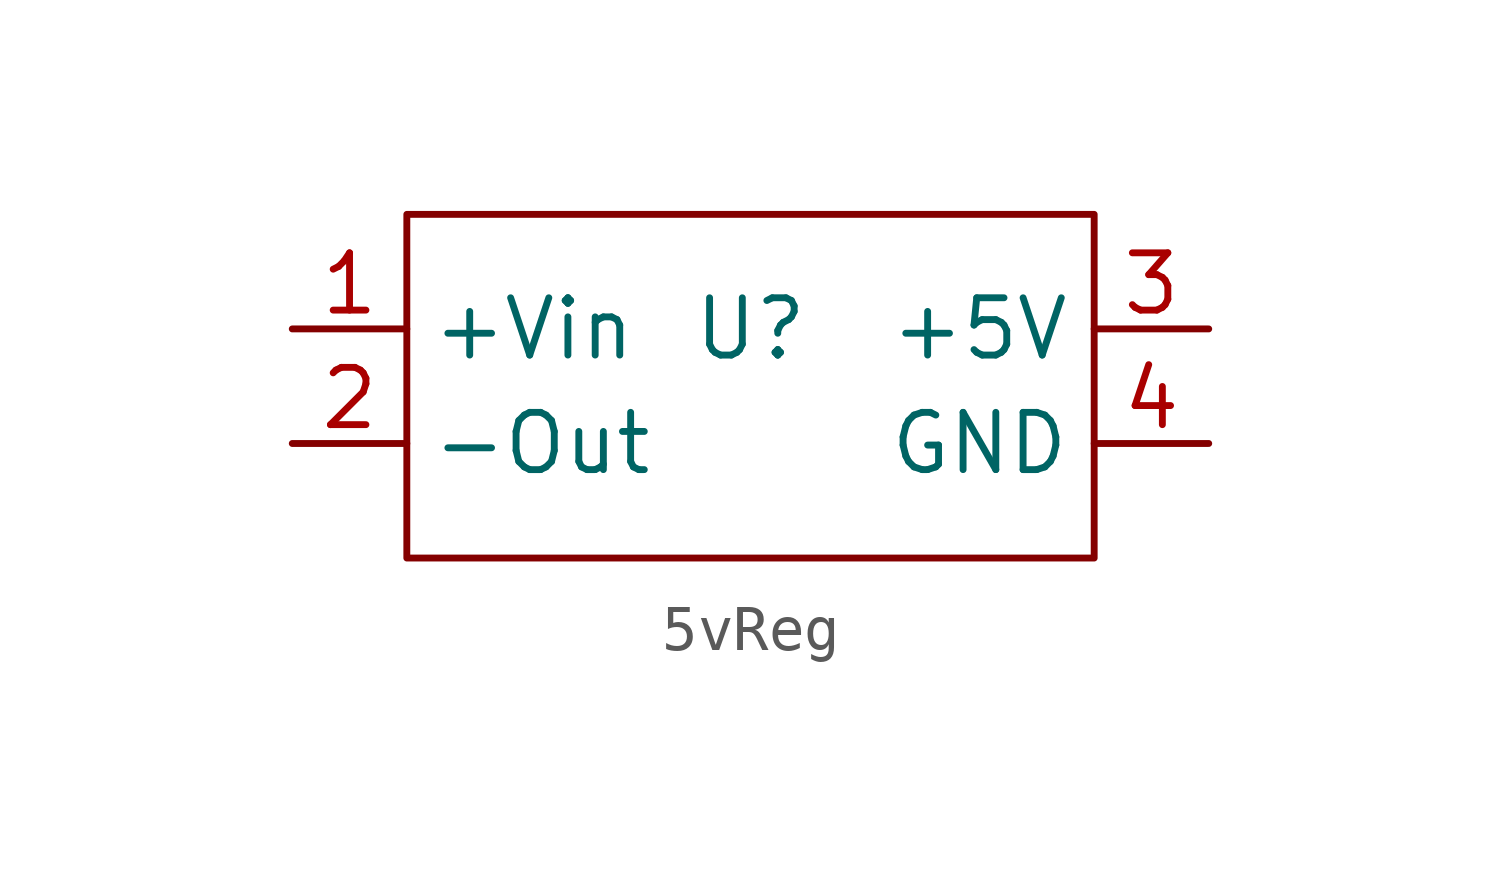
<source format=kicad_sym>
(kicad_symbol_lib
  (version 20241209)
  (generator "kicad_symbol_editor")
  (generator_version "9.0")
  (symbol "5vReg"
    (property "Reference" "U"
      (at 3.81 2.54 0)
      (effects (font (size 1.27 1.27))))
    (property "Value" ""
      (at 0 0 0)
      (effects (font (size 1.27 1.27))))
    (symbol "5vReg_0_1"
      (rectangle (start -3.81 5.08) (end 11.43 -2.54) (stroke (width 0) (type default)) (fill (type none))))
    (symbol "5vReg_1_1"
      (pin input line (at -6.35 2.54 0) (length 2.54) (name "+Vin" (effects (font (size 1.27 1.27)))) (number "1" (effects (font (size 1.27 1.27)))))
      (pin input line (at -6.35 0 0) (length 2.54) (name "-Out" (effects (font (size 1.27 1.27)))) (number "2" (effects (font (size 1.27 1.27)))))
      (pin output line (at 13.97 2.54 180) (length 2.54) (name "+5V" (effects (font (size 1.27 1.27)))) (number "3" (effects (font (size 1.27 1.27)))))
      (pin passive line (at 13.97 0 180) (length 2.54) (name "GND" (effects (font (size 1.27 1.27)))) (number "4" (effects (font (size 1.27 1.27))))))))
</source>
